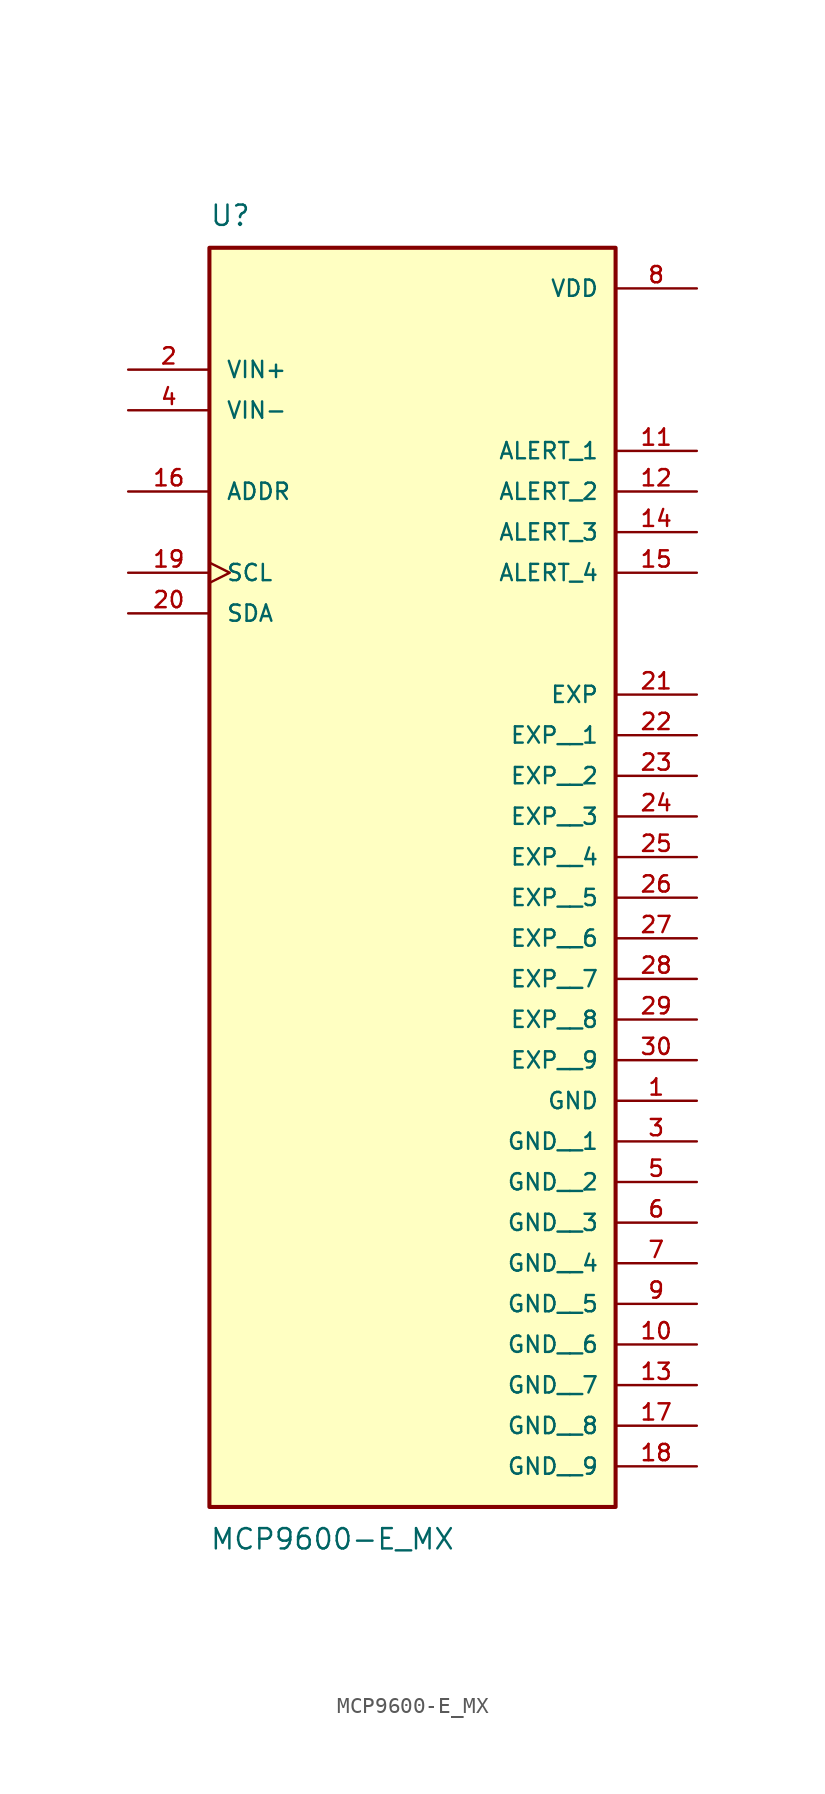
<source format=kicad_sym>
(kicad_symbol_lib
  (version 20211014)
  (generator kicad_symbol_editor)
  (symbol "MCP9600-E_MX"
    (pin_names
      (offset 1.016))
    (property "Reference" "U"
      (at -12.7 19.05 0)
      (effects (font (size 1.27 1.27)) (justify bottom left)))
    (property "Value" "MCP9600-E_MX"
      (at -12.7 -62.23 0)
      (effects (font (size 1.27 1.27)) (justify top left)))
    (symbol "MCP9600-E_MX_0_0"
      (rectangle (start -12.7 -60.96) (end 12.7 17.78) (stroke (width 0.254)) (fill (type background)))
      (pin input line (at -17.78 10.16 0) (length 5.08) (name "VIN+" (effects (font (size 1.016 1.016)))) (number "2" (effects (font (size 1.016 1.016)))))
      (pin input line (at -17.78 7.62 0) (length 5.08) (name "VIN-" (effects (font (size 1.016 1.016)))) (number "4" (effects (font (size 1.016 1.016)))))
      (pin power_in line (at 17.78 15.24 180.0) (length 5.08) (name "VDD" (effects (font (size 1.016 1.016)))) (number "8" (effects (font (size 1.016 1.016)))))
      (pin output line (at 17.78 5.08 180.0) (length 5.08) (name "ALERT_1" (effects (font (size 1.016 1.016)))) (number "11" (effects (font (size 1.016 1.016)))))
      (pin input line (at -17.78 2.54 0) (length 5.08) (name "ADDR" (effects (font (size 1.016 1.016)))) (number "16" (effects (font (size 1.016 1.016)))))
      (pin input clock (at -17.78 -2.54 0) (length 5.08) (name "SCL" (effects (font (size 1.016 1.016)))) (number "19" (effects (font (size 1.016 1.016)))))
      (pin bidirectional line (at -17.78 -5.08 0) (length 5.08) (name "SDA" (effects (font (size 1.016 1.016)))) (number "20" (effects (font (size 1.016 1.016)))))
      (pin power_in line (at 17.78 -10.16 180.0) (length 5.08) (name "EXP" (effects (font (size 1.016 1.016)))) (number "21" (effects (font (size 1.016 1.016)))))
      (pin power_in line (at 17.78 -35.56 180.0) (length 5.08) (name "GND" (effects (font (size 1.016 1.016)))) (number "1" (effects (font (size 1.016 1.016)))))
      (pin output line (at 17.78 2.54 180.0) (length 5.08) (name "ALERT_2" (effects (font (size 1.016 1.016)))) (number "12" (effects (font (size 1.016 1.016)))))
      (pin output line (at 17.78 0.0 180.0) (length 5.08) (name "ALERT_3" (effects (font (size 1.016 1.016)))) (number "14" (effects (font (size 1.016 1.016)))))
      (pin output line (at 17.78 -2.54 180.0) (length 5.08) (name "ALERT_4" (effects (font (size 1.016 1.016)))) (number "15" (effects (font (size 1.016 1.016)))))
      (pin power_in line (at 17.78 -12.7 180.0) (length 5.08) (name "EXP__1" (effects (font (size 1.016 1.016)))) (number "22" (effects (font (size 1.016 1.016)))))
      (pin power_in line (at 17.78 -15.24 180.0) (length 5.08) (name "EXP__2" (effects (font (size 1.016 1.016)))) (number "23" (effects (font (size 1.016 1.016)))))
      (pin power_in line (at 17.78 -17.78 180.0) (length 5.08) (name "EXP__3" (effects (font (size 1.016 1.016)))) (number "24" (effects (font (size 1.016 1.016)))))
      (pin power_in line (at 17.78 -20.32 180.0) (length 5.08) (name "EXP__4" (effects (font (size 1.016 1.016)))) (number "25" (effects (font (size 1.016 1.016)))))
      (pin power_in line (at 17.78 -22.86 180.0) (length 5.08) (name "EXP__5" (effects (font (size 1.016 1.016)))) (number "26" (effects (font (size 1.016 1.016)))))
      (pin power_in line (at 17.78 -25.4 180.0) (length 5.08) (name "EXP__6" (effects (font (size 1.016 1.016)))) (number "27" (effects (font (size 1.016 1.016)))))
      (pin power_in line (at 17.78 -27.94 180.0) (length 5.08) (name "EXP__7" (effects (font (size 1.016 1.016)))) (number "28" (effects (font (size 1.016 1.016)))))
      (pin power_in line (at 17.78 -30.48 180.0) (length 5.08) (name "EXP__8" (effects (font (size 1.016 1.016)))) (number "29" (effects (font (size 1.016 1.016)))))
      (pin power_in line (at 17.78 -33.02 180.0) (length 5.08) (name "EXP__9" (effects (font (size 1.016 1.016)))) (number "30" (effects (font (size 1.016 1.016)))))
      (pin power_in line (at 17.78 -38.1 180.0) (length 5.08) (name "GND__1" (effects (font (size 1.016 1.016)))) (number "3" (effects (font (size 1.016 1.016)))))
      (pin power_in line (at 17.78 -40.64 180.0) (length 5.08) (name "GND__2" (effects (font (size 1.016 1.016)))) (number "5" (effects (font (size 1.016 1.016)))))
      (pin power_in line (at 17.78 -43.18 180.0) (length 5.08) (name "GND__3" (effects (font (size 1.016 1.016)))) (number "6" (effects (font (size 1.016 1.016)))))
      (pin power_in line (at 17.78 -45.72 180.0) (length 5.08) (name "GND__4" (effects (font (size 1.016 1.016)))) (number "7" (effects (font (size 1.016 1.016)))))
      (pin power_in line (at 17.78 -48.26 180.0) (length 5.08) (name "GND__5" (effects (font (size 1.016 1.016)))) (number "9" (effects (font (size 1.016 1.016)))))
      (pin power_in line (at 17.78 -50.8 180.0) (length 5.08) (name "GND__6" (effects (font (size 1.016 1.016)))) (number "10" (effects (font (size 1.016 1.016)))))
      (pin power_in line (at 17.78 -53.34 180.0) (length 5.08) (name "GND__7" (effects (font (size 1.016 1.016)))) (number "13" (effects (font (size 1.016 1.016)))))
      (pin power_in line (at 17.78 -55.88 180.0) (length 5.08) (name "GND__8" (effects (font (size 1.016 1.016)))) (number "17" (effects (font (size 1.016 1.016)))))
      (pin power_in line (at 17.78 -58.42 180.0) (length 5.08) (name "GND__9" (effects (font (size 1.016 1.016)))) (number "18" (effects (font (size 1.016 1.016))))))))
</source>
